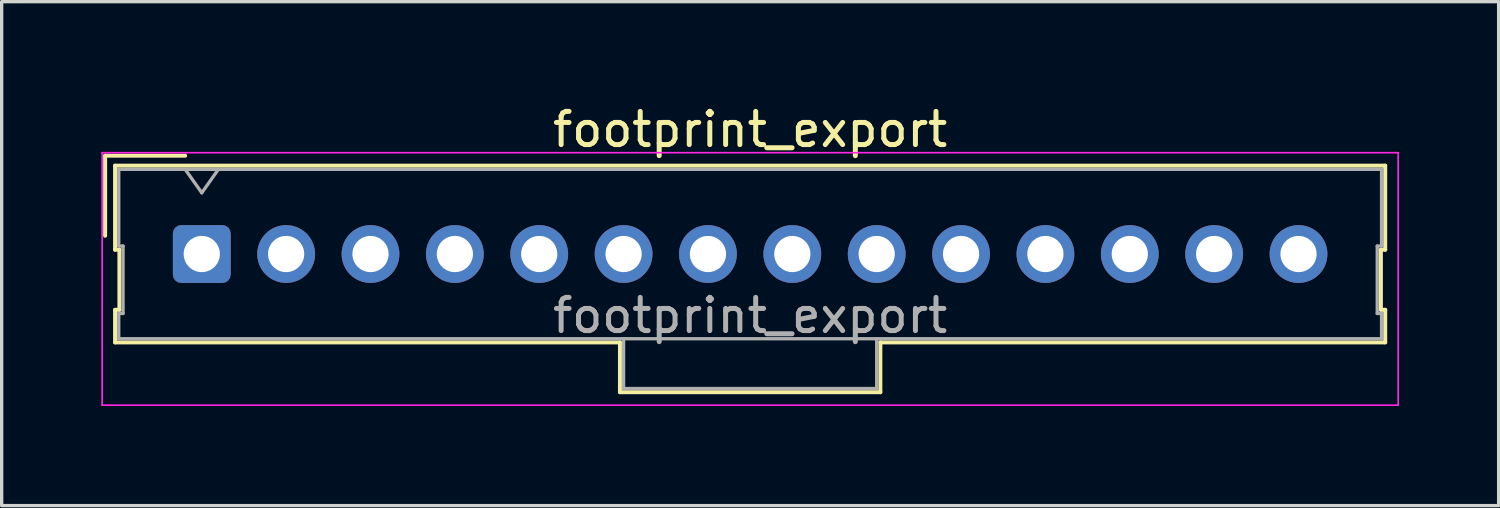
<source format=kicad_pcb>
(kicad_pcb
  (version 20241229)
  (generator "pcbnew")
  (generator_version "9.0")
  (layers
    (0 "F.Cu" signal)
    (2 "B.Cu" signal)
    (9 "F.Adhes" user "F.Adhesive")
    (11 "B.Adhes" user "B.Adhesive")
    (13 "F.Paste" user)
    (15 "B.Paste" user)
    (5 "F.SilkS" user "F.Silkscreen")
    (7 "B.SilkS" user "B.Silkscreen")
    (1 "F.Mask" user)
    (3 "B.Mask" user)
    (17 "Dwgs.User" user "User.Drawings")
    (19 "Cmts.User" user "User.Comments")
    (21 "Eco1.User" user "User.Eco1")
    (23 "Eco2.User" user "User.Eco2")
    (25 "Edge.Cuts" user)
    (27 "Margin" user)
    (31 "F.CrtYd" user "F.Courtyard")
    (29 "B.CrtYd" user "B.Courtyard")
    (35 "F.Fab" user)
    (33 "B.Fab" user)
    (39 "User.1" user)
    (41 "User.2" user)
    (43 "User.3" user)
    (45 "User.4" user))
  (footprint "footprint_export"
    (layer "F.Cu")
    (at 3.025 4.598)
    (property "Reference" "footprint_export" (at 16.51 -3.75 0) (layer "F.SilkS") (effects (font (size 1 1) (thickness 0.15))))
    (attr through_hole)
    (fp_line (start -2.91 -2.96) (end -0.5 -2.96) (stroke (width 0.12) (type solid)) (layer "F.SilkS"))
    (fp_line (start -2.91 -0.55) (end -2.91 -2.96) (stroke (width 0.12) (type solid)) (layer "F.SilkS"))
    (fp_line (start -2.61 -2.66) (end -2.61 -0.13) (stroke (width 0.12) (type solid)) (layer "F.SilkS"))
    (fp_line (start -2.61 -0.13) (end -2.48 -0.13) (stroke (width 0.12) (type solid)) (layer "F.SilkS"))
    (fp_line (start -2.61 1.68) (end -2.61 2.66) (stroke (width 0.12) (type solid)) (layer "F.SilkS"))
    (fp_line (start -2.61 2.66) (end 12.59 2.66) (stroke (width 0.12) (type solid)) (layer "F.SilkS"))
    (fp_line (start -2.48 -0.13) (end -2.48 1.68) (stroke (width 0.12) (type solid)) (layer "F.SilkS"))
    (fp_line (start -2.48 1.68) (end -2.61 1.68) (stroke (width 0.12) (type solid)) (layer "F.SilkS"))
    (fp_line (start 12.59 2.66) (end 12.59 4.16) (stroke (width 0.12) (type solid)) (layer "F.SilkS"))
    (fp_line (start 12.59 4.16) (end 20.43 4.16) (stroke (width 0.12) (type solid)) (layer "F.SilkS"))
    (fp_line (start 20.43 2.66) (end 35.63 2.66) (stroke (width 0.12) (type solid)) (layer "F.SilkS"))
    (fp_line (start 20.43 4.16) (end 20.43 2.66) (stroke (width 0.12) (type solid)) (layer "F.SilkS"))
    (fp_line (start 35.5 -0.13) (end 35.63 -0.13) (stroke (width 0.12) (type solid)) (layer "F.SilkS"))
    (fp_line (start 35.5 1.68) (end 35.5 -0.13) (stroke (width 0.12) (type solid)) (layer "F.SilkS"))
    (fp_line (start 35.63 -2.66) (end -2.61 -2.66) (stroke (width 0.12) (type solid)) (layer "F.SilkS"))
    (fp_line (start 35.63 -0.13) (end 35.63 -2.66) (stroke (width 0.12) (type solid)) (layer "F.SilkS"))
    (fp_line (start 35.63 1.68) (end 35.5 1.68) (stroke (width 0.12) (type solid)) (layer "F.SilkS"))
    (fp_line (start 35.63 2.66) (end 35.63 1.68) (stroke (width 0.12) (type solid)) (layer "F.SilkS"))
    (fp_line (start -3 -3.05) (end -3 4.55) (stroke (width 0.05) (type solid)) (layer "F.CrtYd"))
    (fp_line (start -3 4.55) (end 36.02 4.55) (stroke (width 0.05) (type solid)) (layer "F.CrtYd"))
    (fp_line (start 36.02 -3.05) (end -3 -3.05) (stroke (width 0.05) (type solid)) (layer "F.CrtYd"))
    (fp_line (start 36.02 4.55) (end 36.02 -3.05) (stroke (width 0.05) (type solid)) (layer "F.CrtYd"))
    (fp_line (start -2.5 -2.55) (end -2.5 -0.24) (stroke (width 0.1) (type solid)) (layer "F.Fab"))
    (fp_line (start -2.5 -0.24) (end -2.37 -0.24) (stroke (width 0.1) (type solid)) (layer "F.Fab"))
    (fp_line (start -2.5 1.79) (end -2.5 2.55) (stroke (width 0.1) (type solid)) (layer "F.Fab"))
    (fp_line (start -2.5 2.55) (end 35.52 2.55) (stroke (width 0.1) (type solid)) (layer "F.Fab"))
    (fp_line (start -2.37 -0.24) (end -2.37 1.79) (stroke (width 0.1) (type solid)) (layer "F.Fab"))
    (fp_line (start -2.37 1.79) (end -2.5 1.79) (stroke (width 0.1) (type solid)) (layer "F.Fab"))
    (fp_line (start 0 -1.843) (end -0.5 -2.55) (stroke (width 0.1) (type solid)) (layer "F.Fab"))
    (fp_line (start 0.5 -2.55) (end 0 -1.843) (stroke (width 0.1) (type solid)) (layer "F.Fab"))
    (fp_line (start 12.7 2.55) (end 12.7 4.05) (stroke (width 0.1) (type solid)) (layer "F.Fab"))
    (fp_line (start 12.7 4.05) (end 20.32 4.05) (stroke (width 0.1) (type solid)) (layer "F.Fab"))
    (fp_line (start 20.32 4.05) (end 20.32 2.55) (stroke (width 0.1) (type solid)) (layer "F.Fab"))
    (fp_line (start 35.39 -0.24) (end 35.52 -0.24) (stroke (width 0.1) (type solid)) (layer "F.Fab"))
    (fp_line (start 35.39 1.79) (end 35.39 -0.24) (stroke (width 0.1) (type solid)) (layer "F.Fab"))
    (fp_line (start 35.52 -2.55) (end -2.5 -2.55) (stroke (width 0.1) (type solid)) (layer "F.Fab"))
    (fp_line (start 35.52 -0.24) (end 35.52 -2.55) (stroke (width 0.1) (type solid)) (layer "F.Fab"))
    (fp_line (start 35.52 1.79) (end 35.39 1.79) (stroke (width 0.1) (type solid)) (layer "F.Fab"))
    (fp_line (start 35.52 2.55) (end 35.52 1.79) (stroke (width 0.1) (type solid)) (layer "F.Fab"))
    (fp_text user "${REFERENCE}" (at 16.51 1.85 0) (layer "F.Fab") (effects (font (size 1 1) (thickness 0.15))))
    (pad "1" thru_hole roundrect (at 0 0) (size 1.74 1.74) (drill 1.09) (layers "*.Cu" "*.Mask") (roundrect_rratio 0.144))
    (pad "2" thru_hole circle (at 2.54 0) (size 1.74 1.74) (drill 1.09) (layers "*.Cu" "*.Mask"))
    (pad "3" thru_hole circle (at 5.08 0) (size 1.74 1.74) (drill 1.09) (layers "*.Cu" "*.Mask"))
    (pad "4" thru_hole circle (at 7.62 0) (size 1.74 1.74) (drill 1.09) (layers "*.Cu" "*.Mask"))
    (pad "5" thru_hole circle (at 10.16 0) (size 1.74 1.74) (drill 1.09) (layers "*.Cu" "*.Mask"))
    (pad "6" thru_hole circle (at 12.7 0) (size 1.74 1.74) (drill 1.09) (layers "*.Cu" "*.Mask"))
    (pad "7" thru_hole circle (at 15.24 0) (size 1.74 1.74) (drill 1.09) (layers "*.Cu" "*.Mask"))
    (pad "8" thru_hole circle (at 17.78 0) (size 1.74 1.74) (drill 1.09) (layers "*.Cu" "*.Mask"))
    (pad "9" thru_hole circle (at 20.32 0) (size 1.74 1.74) (drill 1.09) (layers "*.Cu" "*.Mask"))
    (pad "10" thru_hole circle (at 22.86 0) (size 1.74 1.74) (drill 1.09) (layers "*.Cu" "*.Mask"))
    (pad "11" thru_hole circle (at 25.4 0) (size 1.74 1.74) (drill 1.09) (layers "*.Cu" "*.Mask"))
    (pad "12" thru_hole circle (at 27.94 0) (size 1.74 1.74) (drill 1.09) (layers "*.Cu" "*.Mask"))
    (pad "13" thru_hole circle (at 30.48 0) (size 1.74 1.74) (drill 1.09) (layers "*.Cu" "*.Mask"))
    (pad "14" thru_hole circle (at 33.02 0) (size 1.74 1.74) (drill 1.09) (layers "*.Cu" "*.Mask")))
  (gr_rect
    (start -3 -3)
    (end 42.07 12.173)
    (stroke (width 0.1) (type default))
    (fill no)
    (layer "Edge.Cuts")))
</source>
